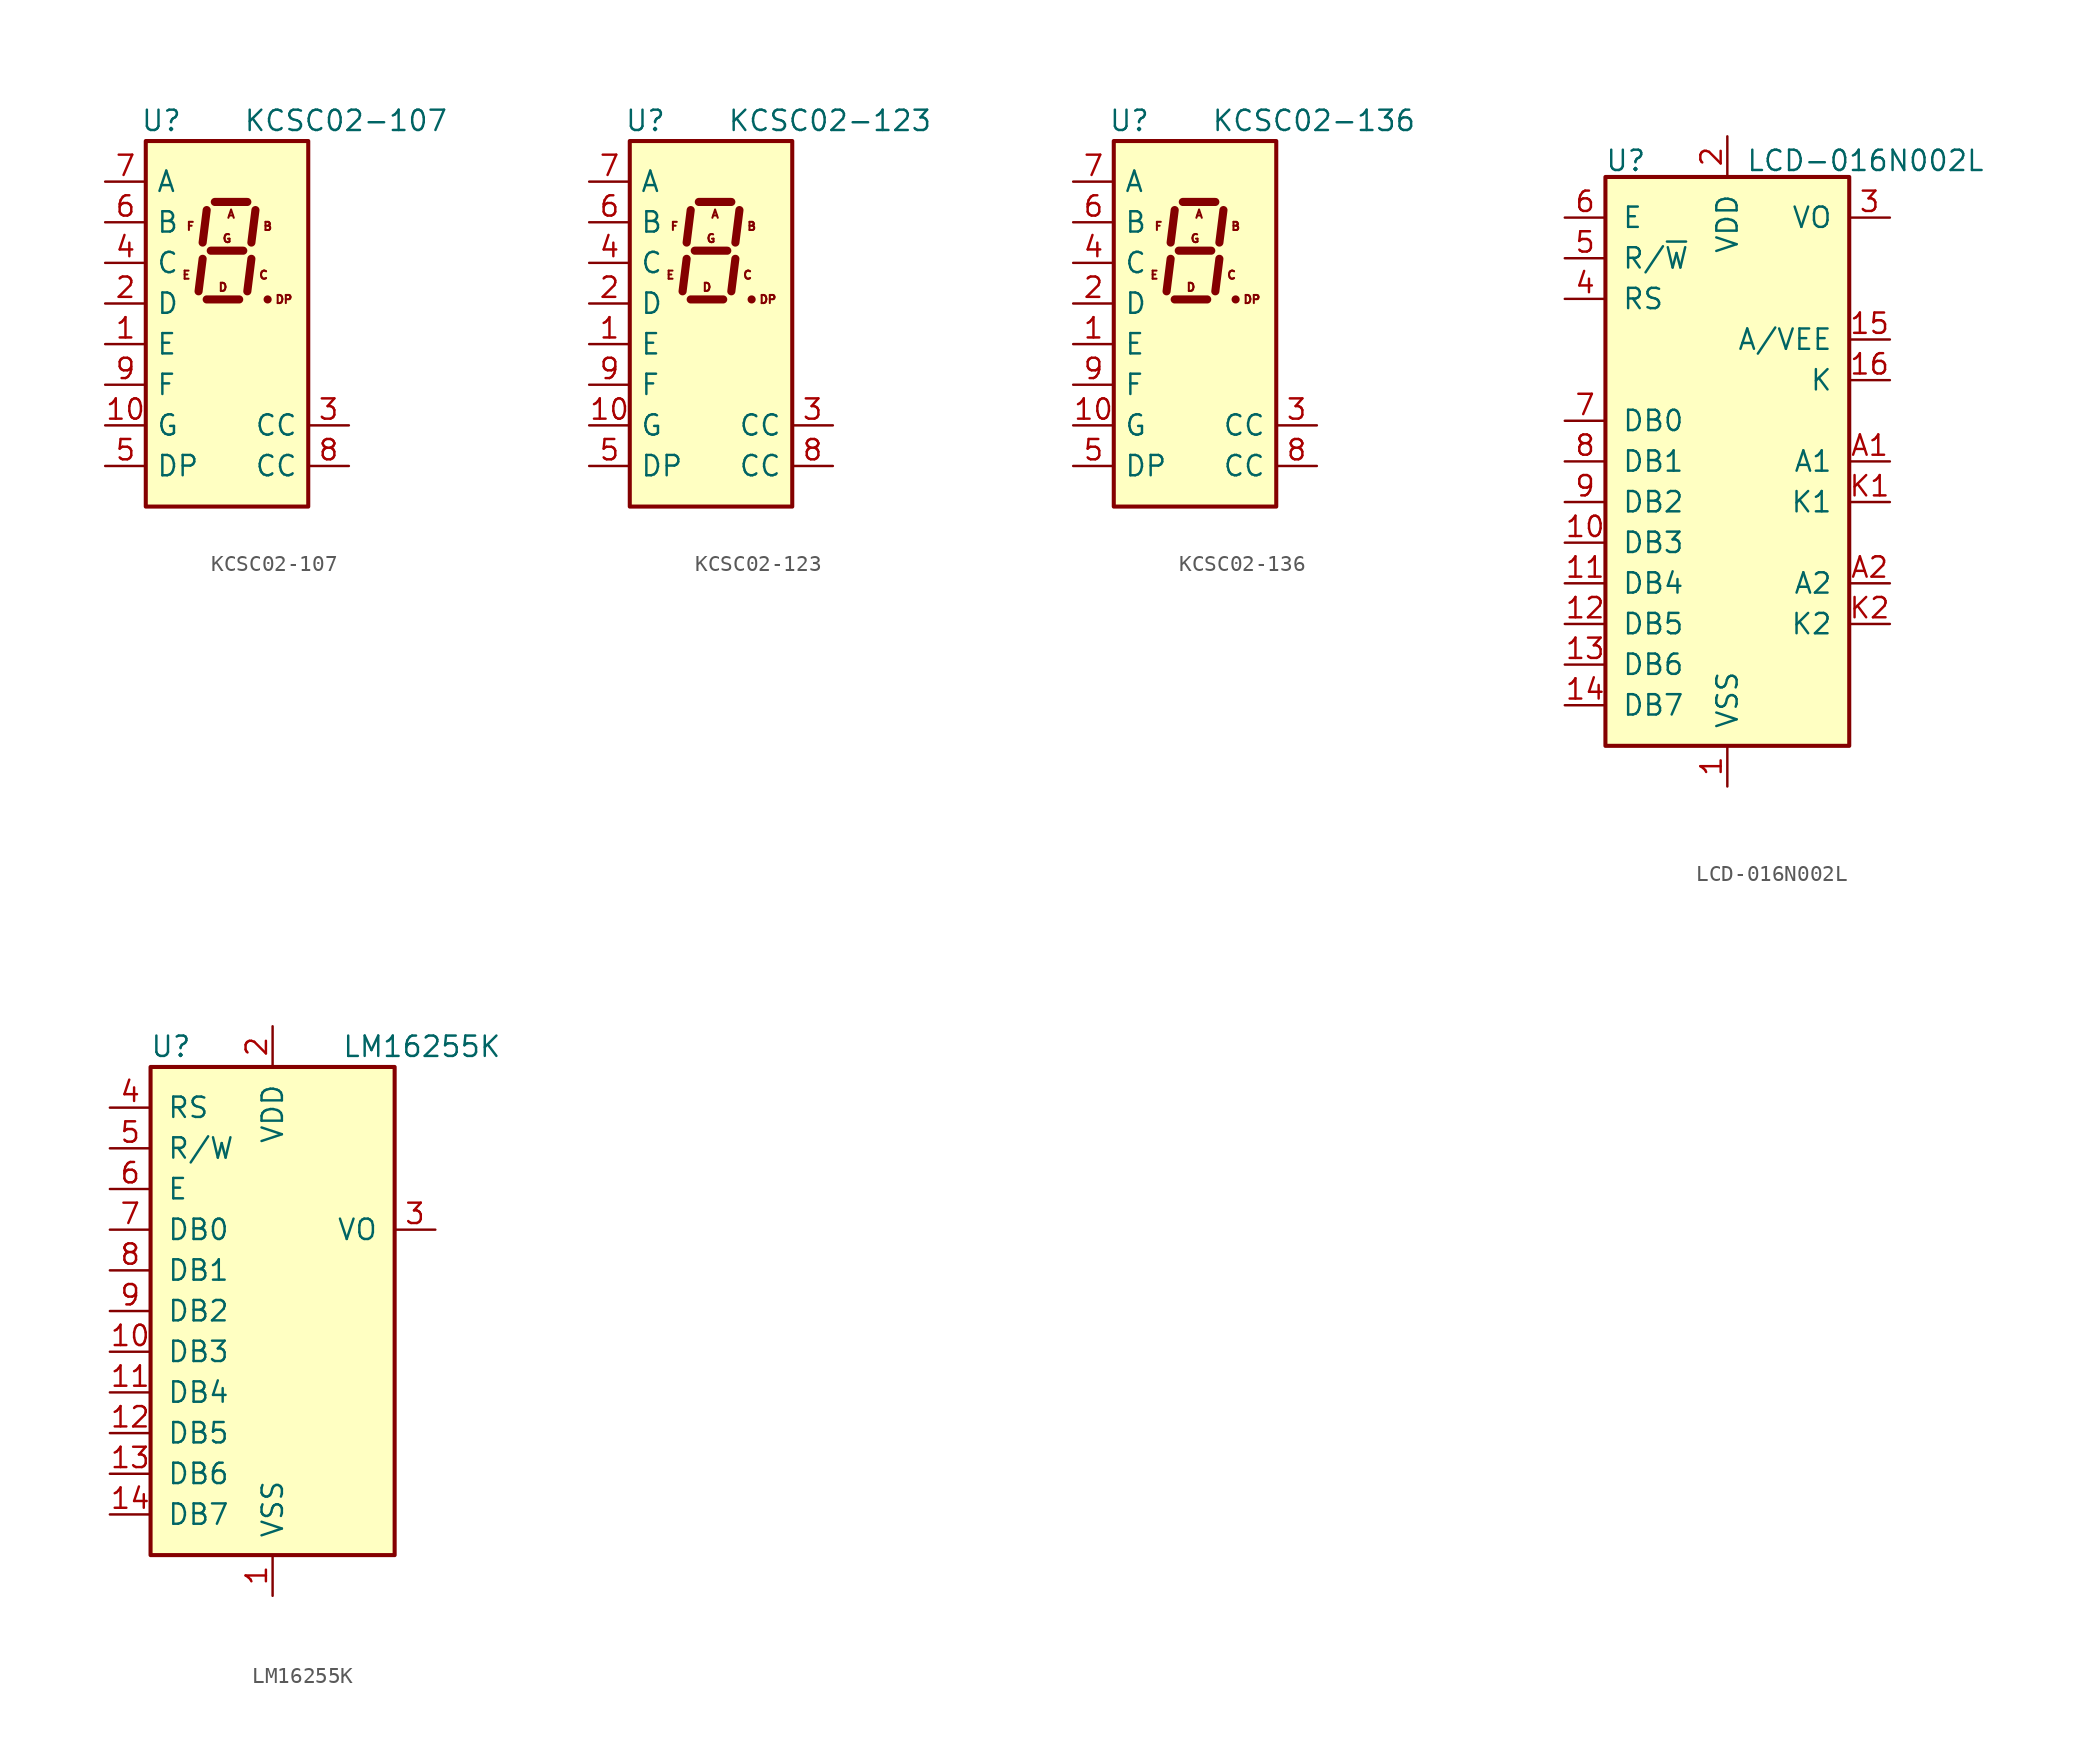
<source format=kicad_sym>
(kicad_symbol_lib
  (version 20231120)
  (generator "kicad_symbol_editor")
  (generator_version "8.0")
  (symbol "KCSC02-107"
    (pin_names
      (offset 0.635))
    (property "Reference" "U"
      (at -2.794 11.43 0)
      (effects (font (size 1.27 1.27)) (justify right)))
    (property "Value" "KCSC02-107"
      (at 1.016 11.43 0)
      (effects (font (size 1.27 1.27)) (justify left)))
    (symbol "KCSC02-107_0_0"
      (text "A" (at 0.254 5.588 0) (effects (font (size 0.508 0.508))))
      (text "B" (at 2.54 4.826 0) (effects (font (size 0.508 0.508))))
      (text "C" (at 2.286 1.778 0) (effects (font (size 0.508 0.508))))
      (text "D" (at -0.254 1.016 0) (effects (font (size 0.508 0.508))))
      (text "DP" (at 3.556 0.254 0) (effects (font (size 0.508 0.508))))
      (text "E" (at -2.54 1.778 0) (effects (font (size 0.508 0.508))))
      (text "F" (at -2.286 4.826 0) (effects (font (size 0.508 0.508))))
      (text "G" (at 0 4.064 0) (effects (font (size 0.508 0.508)))))
    (symbol "KCSC02-107_0_1"
      (rectangle (start -5.08 10.16) (end 5.08 -12.7) (stroke (width 0.254) (type default)) (fill (type background)))
      (polyline (pts (xy -1.524 2.794) (xy -1.778 0.762)) (stroke (width 0.508) (type default)) (fill (type none)))
      (polyline (pts (xy -1.27 0.254) (xy 0.762 0.254)) (stroke (width 0.508) (type default)) (fill (type none)))
      (polyline (pts (xy -1.27 5.842) (xy -1.524 3.81)) (stroke (width 0.508) (type default)) (fill (type none)))
      (polyline (pts (xy -1.016 3.302) (xy 1.016 3.302)) (stroke (width 0.508) (type default)) (fill (type none)))
      (polyline (pts (xy -0.762 6.35) (xy 1.27 6.35)) (stroke (width 0.508) (type default)) (fill (type none)))
      (polyline (pts (xy 1.524 2.794) (xy 1.27 0.762)) (stroke (width 0.508) (type default)) (fill (type none)))
      (polyline (pts (xy 1.778 5.842) (xy 1.524 3.81)) (stroke (width 0.508) (type default)) (fill (type none)))
      (polyline (pts (xy 2.54 0.254) (xy 2.54 0.254)) (stroke (width 0.508) (type default)) (fill (type none))))
    (symbol "KCSC02-107_1_1"
      (pin input line (at -7.62 -2.54 0) (length 2.54) (name "E" (effects (font (size 1.27 1.27)))) (number "1" (effects (font (size 1.27 1.27)))))
      (pin input line (at -7.62 -7.62 0) (length 2.54) (name "G" (effects (font (size 1.27 1.27)))) (number "10" (effects (font (size 1.27 1.27)))))
      (pin input line (at -7.62 0 0) (length 2.54) (name "D" (effects (font (size 1.27 1.27)))) (number "2" (effects (font (size 1.27 1.27)))))
      (pin input line (at 7.62 -7.62 180) (length 2.54) (name "CC" (effects (font (size 1.27 1.27)))) (number "3" (effects (font (size 1.27 1.27)))))
      (pin input line (at -7.62 2.54 0) (length 2.54) (name "C" (effects (font (size 1.27 1.27)))) (number "4" (effects (font (size 1.27 1.27)))))
      (pin input line (at -7.62 -10.16 0) (length 2.54) (name "DP" (effects (font (size 1.27 1.27)))) (number "5" (effects (font (size 1.27 1.27)))))
      (pin input line (at -7.62 5.08 0) (length 2.54) (name "B" (effects (font (size 1.27 1.27)))) (number "6" (effects (font (size 1.27 1.27)))))
      (pin input line (at -7.62 7.62 0) (length 2.54) (name "A" (effects (font (size 1.27 1.27)))) (number "7" (effects (font (size 1.27 1.27)))))
      (pin input line (at 7.62 -10.16 180) (length 2.54) (name "CC" (effects (font (size 1.27 1.27)))) (number "8" (effects (font (size 1.27 1.27)))))
      (pin input line (at -7.62 -5.08 0) (length 2.54) (name "F" (effects (font (size 1.27 1.27)))) (number "9" (effects (font (size 1.27 1.27)))))))
  (symbol "KCSC02-123"
    (pin_names
      (offset 0.635))
    (property "Reference" "U"
      (at -2.794 11.43 0)
      (effects (font (size 1.27 1.27)) (justify right)))
    (property "Value" "KCSC02-123"
      (at 1.016 11.43 0)
      (effects (font (size 1.27 1.27)) (justify left)))
    (symbol "KCSC02-123_0_0"
      (text "A" (at 0.254 5.588 0) (effects (font (size 0.508 0.508))))
      (text "B" (at 2.54 4.826 0) (effects (font (size 0.508 0.508))))
      (text "C" (at 2.286 1.778 0) (effects (font (size 0.508 0.508))))
      (text "D" (at -0.254 1.016 0) (effects (font (size 0.508 0.508))))
      (text "DP" (at 3.556 0.254 0) (effects (font (size 0.508 0.508))))
      (text "E" (at -2.54 1.778 0) (effects (font (size 0.508 0.508))))
      (text "F" (at -2.286 4.826 0) (effects (font (size 0.508 0.508))))
      (text "G" (at 0 4.064 0) (effects (font (size 0.508 0.508)))))
    (symbol "KCSC02-123_0_1"
      (rectangle (start -5.08 10.16) (end 5.08 -12.7) (stroke (width 0.254) (type default)) (fill (type background)))
      (polyline (pts (xy -1.524 2.794) (xy -1.778 0.762)) (stroke (width 0.508) (type default)) (fill (type none)))
      (polyline (pts (xy -1.27 0.254) (xy 0.762 0.254)) (stroke (width 0.508) (type default)) (fill (type none)))
      (polyline (pts (xy -1.27 5.842) (xy -1.524 3.81)) (stroke (width 0.508) (type default)) (fill (type none)))
      (polyline (pts (xy -1.016 3.302) (xy 1.016 3.302)) (stroke (width 0.508) (type default)) (fill (type none)))
      (polyline (pts (xy -0.762 6.35) (xy 1.27 6.35)) (stroke (width 0.508) (type default)) (fill (type none)))
      (polyline (pts (xy 1.524 2.794) (xy 1.27 0.762)) (stroke (width 0.508) (type default)) (fill (type none)))
      (polyline (pts (xy 1.778 5.842) (xy 1.524 3.81)) (stroke (width 0.508) (type default)) (fill (type none)))
      (polyline (pts (xy 2.54 0.254) (xy 2.54 0.254)) (stroke (width 0.508) (type default)) (fill (type none))))
    (symbol "KCSC02-123_1_1"
      (pin input line (at -7.62 -2.54 0) (length 2.54) (name "E" (effects (font (size 1.27 1.27)))) (number "1" (effects (font (size 1.27 1.27)))))
      (pin input line (at -7.62 -7.62 0) (length 2.54) (name "G" (effects (font (size 1.27 1.27)))) (number "10" (effects (font (size 1.27 1.27)))))
      (pin input line (at -7.62 0 0) (length 2.54) (name "D" (effects (font (size 1.27 1.27)))) (number "2" (effects (font (size 1.27 1.27)))))
      (pin input line (at 7.62 -7.62 180) (length 2.54) (name "CC" (effects (font (size 1.27 1.27)))) (number "3" (effects (font (size 1.27 1.27)))))
      (pin input line (at -7.62 2.54 0) (length 2.54) (name "C" (effects (font (size 1.27 1.27)))) (number "4" (effects (font (size 1.27 1.27)))))
      (pin input line (at -7.62 -10.16 0) (length 2.54) (name "DP" (effects (font (size 1.27 1.27)))) (number "5" (effects (font (size 1.27 1.27)))))
      (pin input line (at -7.62 5.08 0) (length 2.54) (name "B" (effects (font (size 1.27 1.27)))) (number "6" (effects (font (size 1.27 1.27)))))
      (pin input line (at -7.62 7.62 0) (length 2.54) (name "A" (effects (font (size 1.27 1.27)))) (number "7" (effects (font (size 1.27 1.27)))))
      (pin input line (at 7.62 -10.16 180) (length 2.54) (name "CC" (effects (font (size 1.27 1.27)))) (number "8" (effects (font (size 1.27 1.27)))))
      (pin input line (at -7.62 -5.08 0) (length 2.54) (name "F" (effects (font (size 1.27 1.27)))) (number "9" (effects (font (size 1.27 1.27)))))))
  (symbol "KCSC02-136"
    (pin_names
      (offset 0.635))
    (property "Reference" "U"
      (at -2.794 11.43 0)
      (effects (font (size 1.27 1.27)) (justify right)))
    (property "Value" "KCSC02-136"
      (at 1.016 11.43 0)
      (effects (font (size 1.27 1.27)) (justify left)))
    (symbol "KCSC02-136_0_0"
      (text "A" (at 0.254 5.588 0) (effects (font (size 0.508 0.508))))
      (text "B" (at 2.54 4.826 0) (effects (font (size 0.508 0.508))))
      (text "C" (at 2.286 1.778 0) (effects (font (size 0.508 0.508))))
      (text "D" (at -0.254 1.016 0) (effects (font (size 0.508 0.508))))
      (text "DP" (at 3.556 0.254 0) (effects (font (size 0.508 0.508))))
      (text "E" (at -2.54 1.778 0) (effects (font (size 0.508 0.508))))
      (text "F" (at -2.286 4.826 0) (effects (font (size 0.508 0.508))))
      (text "G" (at 0 4.064 0) (effects (font (size 0.508 0.508)))))
    (symbol "KCSC02-136_0_1"
      (rectangle (start -5.08 10.16) (end 5.08 -12.7) (stroke (width 0.254) (type default)) (fill (type background)))
      (polyline (pts (xy -1.524 2.794) (xy -1.778 0.762)) (stroke (width 0.508) (type default)) (fill (type none)))
      (polyline (pts (xy -1.27 0.254) (xy 0.762 0.254)) (stroke (width 0.508) (type default)) (fill (type none)))
      (polyline (pts (xy -1.27 5.842) (xy -1.524 3.81)) (stroke (width 0.508) (type default)) (fill (type none)))
      (polyline (pts (xy -1.016 3.302) (xy 1.016 3.302)) (stroke (width 0.508) (type default)) (fill (type none)))
      (polyline (pts (xy -0.762 6.35) (xy 1.27 6.35)) (stroke (width 0.508) (type default)) (fill (type none)))
      (polyline (pts (xy 1.524 2.794) (xy 1.27 0.762)) (stroke (width 0.508) (type default)) (fill (type none)))
      (polyline (pts (xy 1.778 5.842) (xy 1.524 3.81)) (stroke (width 0.508) (type default)) (fill (type none)))
      (polyline (pts (xy 2.54 0.254) (xy 2.54 0.254)) (stroke (width 0.508) (type default)) (fill (type none))))
    (symbol "KCSC02-136_1_1"
      (pin input line (at -7.62 -2.54 0) (length 2.54) (name "E" (effects (font (size 1.27 1.27)))) (number "1" (effects (font (size 1.27 1.27)))))
      (pin input line (at -7.62 -7.62 0) (length 2.54) (name "G" (effects (font (size 1.27 1.27)))) (number "10" (effects (font (size 1.27 1.27)))))
      (pin input line (at -7.62 0 0) (length 2.54) (name "D" (effects (font (size 1.27 1.27)))) (number "2" (effects (font (size 1.27 1.27)))))
      (pin input line (at 7.62 -7.62 180) (length 2.54) (name "CC" (effects (font (size 1.27 1.27)))) (number "3" (effects (font (size 1.27 1.27)))))
      (pin input line (at -7.62 2.54 0) (length 2.54) (name "C" (effects (font (size 1.27 1.27)))) (number "4" (effects (font (size 1.27 1.27)))))
      (pin input line (at -7.62 -10.16 0) (length 2.54) (name "DP" (effects (font (size 1.27 1.27)))) (number "5" (effects (font (size 1.27 1.27)))))
      (pin input line (at -7.62 5.08 0) (length 2.54) (name "B" (effects (font (size 1.27 1.27)))) (number "6" (effects (font (size 1.27 1.27)))))
      (pin input line (at -7.62 7.62 0) (length 2.54) (name "A" (effects (font (size 1.27 1.27)))) (number "7" (effects (font (size 1.27 1.27)))))
      (pin input line (at 7.62 -10.16 180) (length 2.54) (name "CC" (effects (font (size 1.27 1.27)))) (number "8" (effects (font (size 1.27 1.27)))))
      (pin input line (at -7.62 -5.08 0) (length 2.54) (name "F" (effects (font (size 1.27 1.27)))) (number "9" (effects (font (size 1.27 1.27)))))))
  (symbol "LCD-016N002L"
    (pin_names
      (offset 1.016))
    (property "Reference" "U"
      (at -6.35 18.796 0)
      (effects (font (size 1.27 1.27))))
    (property "Value" "LCD-016N002L"
      (at 8.636 18.796 0)
      (effects (font (size 1.27 1.27))))
    (symbol "LCD-016N002L_1_1"
      (rectangle (start -7.62 17.78) (end 7.62 -17.78) (stroke (width 0.254) (type default)) (fill (type background)))
      (pin power_in line (at 0 -20.32 90) (length 2.54) (name "VSS" (effects (font (size 1.27 1.27)))) (number "1" (effects (font (size 1.27 1.27)))))
      (pin bidirectional line (at -10.16 -5.08 0) (length 2.54) (name "DB3" (effects (font (size 1.27 1.27)))) (number "10" (effects (font (size 1.27 1.27)))))
      (pin bidirectional line (at -10.16 -7.62 0) (length 2.54) (name "DB4" (effects (font (size 1.27 1.27)))) (number "11" (effects (font (size 1.27 1.27)))))
      (pin bidirectional line (at -10.16 -10.16 0) (length 2.54) (name "DB5" (effects (font (size 1.27 1.27)))) (number "12" (effects (font (size 1.27 1.27)))))
      (pin bidirectional line (at -10.16 -12.7 0) (length 2.54) (name "DB6" (effects (font (size 1.27 1.27)))) (number "13" (effects (font (size 1.27 1.27)))))
      (pin bidirectional line (at -10.16 -15.24 0) (length 2.54) (name "DB7" (effects (font (size 1.27 1.27)))) (number "14" (effects (font (size 1.27 1.27)))))
      (pin power_in line (at 10.16 7.62 180) (length 2.54) (name "A/VEE" (effects (font (size 1.27 1.27)))) (number "15" (effects (font (size 1.27 1.27)))))
      (pin power_in line (at 10.16 5.08 180) (length 2.54) (name "K" (effects (font (size 1.27 1.27)))) (number "16" (effects (font (size 1.27 1.27)))))
      (pin power_in line (at 0 20.32 270) (length 2.54) (name "VDD" (effects (font (size 1.27 1.27)))) (number "2" (effects (font (size 1.27 1.27)))))
      (pin input line (at 10.16 15.24 180) (length 2.54) (name "VO" (effects (font (size 1.27 1.27)))) (number "3" (effects (font (size 1.27 1.27)))))
      (pin input line (at -10.16 10.16 0) (length 2.54) (name "RS" (effects (font (size 1.27 1.27)))) (number "4" (effects (font (size 1.27 1.27)))))
      (pin input line (at -10.16 12.7 0) (length 2.54) (name "R/~{W}" (effects (font (size 1.27 1.27)))) (number "5" (effects (font (size 1.27 1.27)))))
      (pin input line (at -10.16 15.24 0) (length 2.54) (name "E" (effects (font (size 1.27 1.27)))) (number "6" (effects (font (size 1.27 1.27)))))
      (pin bidirectional line (at -10.16 2.54 0) (length 2.54) (name "DB0" (effects (font (size 1.27 1.27)))) (number "7" (effects (font (size 1.27 1.27)))))
      (pin bidirectional line (at -10.16 0 0) (length 2.54) (name "DB1" (effects (font (size 1.27 1.27)))) (number "8" (effects (font (size 1.27 1.27)))))
      (pin bidirectional line (at -10.16 -2.54 0) (length 2.54) (name "DB2" (effects (font (size 1.27 1.27)))) (number "9" (effects (font (size 1.27 1.27)))))
      (pin power_in line (at 10.16 0 180) (length 2.54) (name "A1" (effects (font (size 1.27 1.27)))) (number "A1" (effects (font (size 1.27 1.27)))))
      (pin power_in line (at 10.16 -7.62 180) (length 2.54) (name "A2" (effects (font (size 1.27 1.27)))) (number "A2" (effects (font (size 1.27 1.27)))))
      (pin power_in line (at 10.16 -2.54 180) (length 2.54) (name "K1" (effects (font (size 1.27 1.27)))) (number "K1" (effects (font (size 1.27 1.27)))))
      (pin power_in line (at 10.16 -10.16 180) (length 2.54) (name "K2" (effects (font (size 1.27 1.27)))) (number "K2" (effects (font (size 1.27 1.27)))))))
  (symbol "LM16255K"
    (pin_names
      (offset 1.016))
    (property "Reference" "U"
      (at -6.35 16.51 0)
      (effects (font (size 1.27 1.27))))
    (property "Value" "LM16255K"
      (at 4.318 16.51 0)
      (effects (font (size 1.27 1.27)) (justify left)))
    (symbol "LM16255K_0_1"
      (rectangle (start -7.62 15.24) (end 7.62 -15.24) (stroke (width 0.254) (type default)) (fill (type background))))
    (symbol "LM16255K_1_1"
      (pin power_in line (at 0 -17.78 90) (length 2.54) (name "VSS" (effects (font (size 1.27 1.27)))) (number "1" (effects (font (size 1.27 1.27)))))
      (pin bidirectional line (at -10.16 -2.54 0) (length 2.54) (name "DB3" (effects (font (size 1.27 1.27)))) (number "10" (effects (font (size 1.27 1.27)))))
      (pin bidirectional line (at -10.16 -5.08 0) (length 2.54) (name "DB4" (effects (font (size 1.27 1.27)))) (number "11" (effects (font (size 1.27 1.27)))))
      (pin bidirectional line (at -10.16 -7.62 0) (length 2.54) (name "DB5" (effects (font (size 1.27 1.27)))) (number "12" (effects (font (size 1.27 1.27)))))
      (pin bidirectional line (at -10.16 -10.16 0) (length 2.54) (name "DB6" (effects (font (size 1.27 1.27)))) (number "13" (effects (font (size 1.27 1.27)))))
      (pin bidirectional line (at -10.16 -12.7 0) (length 2.54) (name "DB7" (effects (font (size 1.27 1.27)))) (number "14" (effects (font (size 1.27 1.27)))))
      (pin power_in line (at 0 17.78 270) (length 2.54) (name "VDD" (effects (font (size 1.27 1.27)))) (number "2" (effects (font (size 1.27 1.27)))))
      (pin power_in line (at 10.16 5.08 180) (length 2.54) (name "VO" (effects (font (size 1.27 1.27)))) (number "3" (effects (font (size 1.27 1.27)))))
      (pin input line (at -10.16 12.7 0) (length 2.54) (name "RS" (effects (font (size 1.27 1.27)))) (number "4" (effects (font (size 1.27 1.27)))))
      (pin input line (at -10.16 10.16 0) (length 2.54) (name "R/W" (effects (font (size 1.27 1.27)))) (number "5" (effects (font (size 1.27 1.27)))))
      (pin input line (at -10.16 7.62 0) (length 2.54) (name "E" (effects (font (size 1.27 1.27)))) (number "6" (effects (font (size 1.27 1.27)))))
      (pin bidirectional line (at -10.16 5.08 0) (length 2.54) (name "DB0" (effects (font (size 1.27 1.27)))) (number "7" (effects (font (size 1.27 1.27)))))
      (pin bidirectional line (at -10.16 2.54 0) (length 2.54) (name "DB1" (effects (font (size 1.27 1.27)))) (number "8" (effects (font (size 1.27 1.27)))))
      (pin bidirectional line (at -10.16 0 0) (length 2.54) (name "DB2" (effects (font (size 1.27 1.27)))) (number "9" (effects (font (size 1.27 1.27))))))))
</source>
